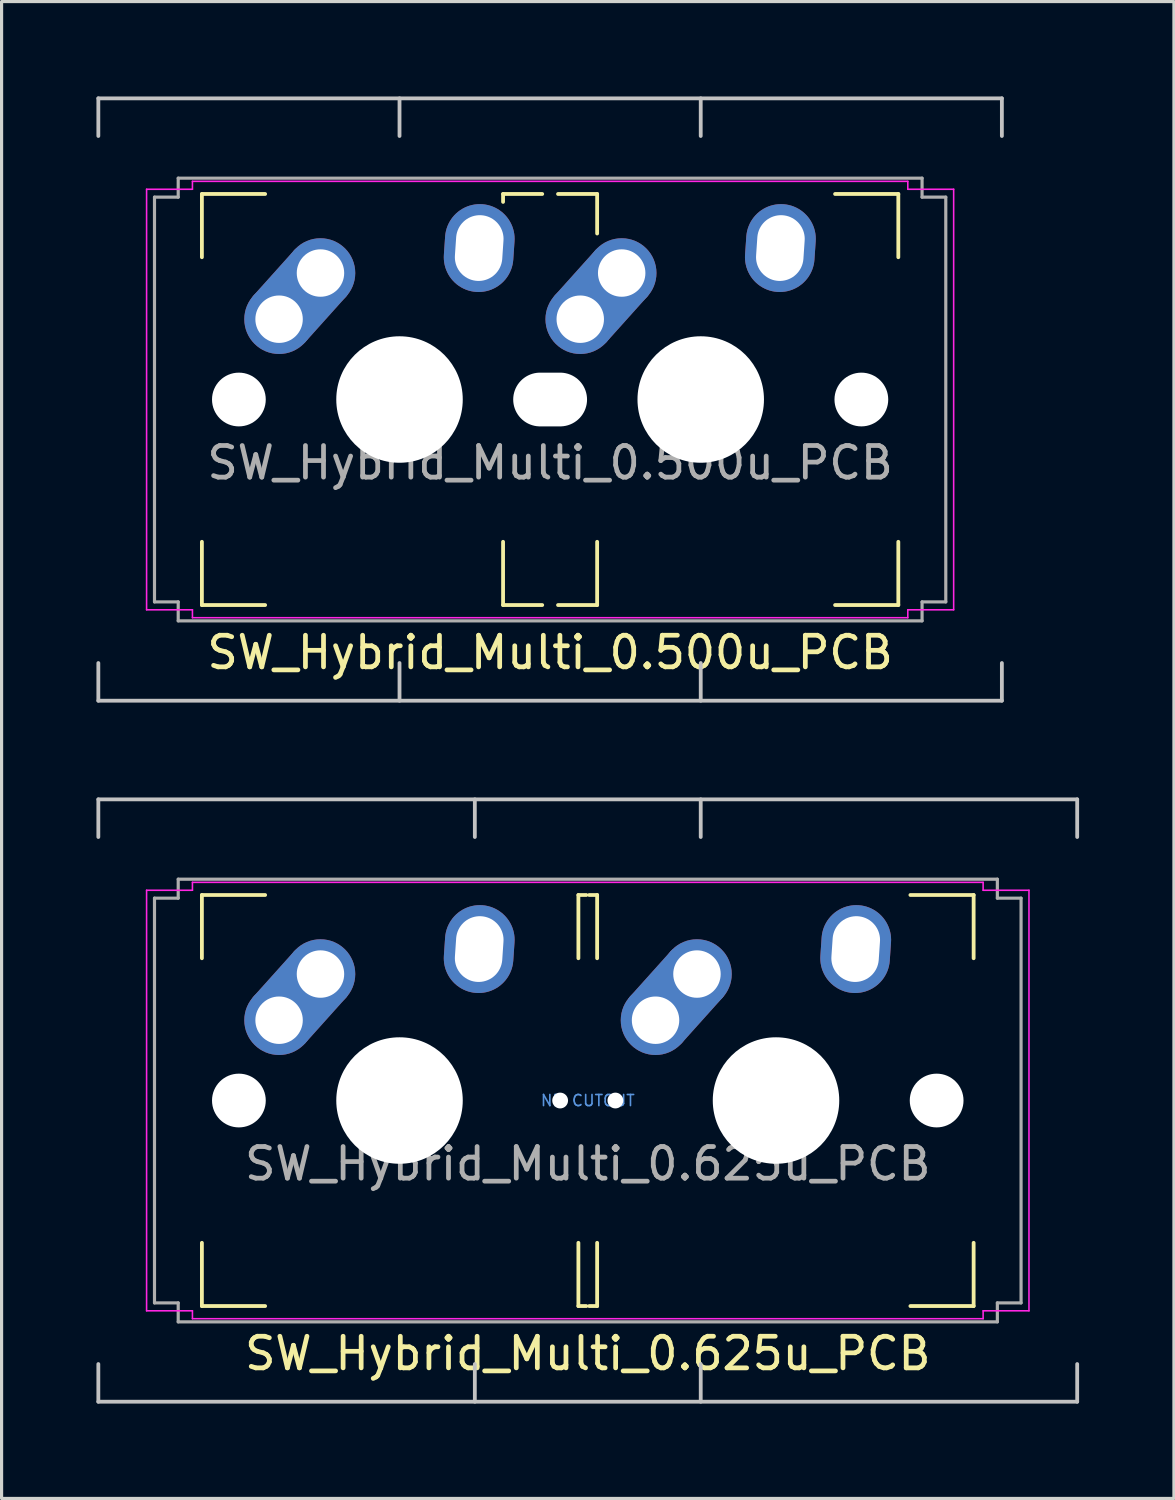
<source format=kicad_pcb>
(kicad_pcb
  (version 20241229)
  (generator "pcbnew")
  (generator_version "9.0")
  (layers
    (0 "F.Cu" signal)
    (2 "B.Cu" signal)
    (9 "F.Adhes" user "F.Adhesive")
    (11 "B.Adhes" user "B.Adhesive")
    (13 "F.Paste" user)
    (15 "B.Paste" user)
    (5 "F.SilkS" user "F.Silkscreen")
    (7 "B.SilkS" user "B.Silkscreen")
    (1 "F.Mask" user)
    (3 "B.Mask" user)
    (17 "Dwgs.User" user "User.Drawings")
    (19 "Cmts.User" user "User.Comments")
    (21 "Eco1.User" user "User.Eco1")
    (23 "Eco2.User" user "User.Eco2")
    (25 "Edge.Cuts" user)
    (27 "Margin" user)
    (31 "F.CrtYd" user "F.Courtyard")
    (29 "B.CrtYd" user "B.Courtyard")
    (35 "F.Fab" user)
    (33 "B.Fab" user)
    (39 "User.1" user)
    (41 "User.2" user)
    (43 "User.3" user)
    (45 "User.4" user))
  (footprint "SW_Hybrid_Multi_0.500u_PCB"
    (layer "F.Cu")
    (at 14.348 9.585)
    (property "Reference" "SW_Hybrid_Multi_0.500u_PCB" (at 0 8 0) (layer "F.SilkS") (effects (font (size 1 1) (thickness 0.15))))
    (attr through_hole)
    (fp_line (start -11.013 -6.5) (end -9.013 -6.5) (stroke (width 0.12) (type solid)) (layer "F.SilkS"))
    (fp_line (start -11.013 -4.5) (end -11.013 -6.5) (stroke (width 0.12) (type solid)) (layer "F.SilkS"))
    (fp_line (start -11.013 6.5) (end -11.013 4.5) (stroke (width 0.12) (type solid)) (layer "F.SilkS"))
    (fp_line (start -11.013 6.5) (end -9.013 6.5) (stroke (width 0.12) (type solid)) (layer "F.SilkS"))
    (fp_line (start -1.488 -6.5) (end -0.25 -6.5) (stroke (width 0.12) (type solid)) (layer "F.SilkS"))
    (fp_line (start -1.488 -6.25) (end -1.488 -6.5) (stroke (width 0.12) (type solid)) (layer "F.SilkS"))
    (fp_line (start -1.488 6.5) (end -1.488 4.5) (stroke (width 0.12) (type solid)) (layer "F.SilkS"))
    (fp_line (start -1.488 6.5) (end -0.25 6.5) (stroke (width 0.12) (type solid)) (layer "F.SilkS"))
    (fp_line (start 0.25 -6.5) (end 1.487 -6.5) (stroke (width 0.12) (type solid)) (layer "F.SilkS"))
    (fp_line (start 0.25 6.5) (end 1.487 6.5) (stroke (width 0.12) (type solid)) (layer "F.SilkS"))
    (fp_line (start 1.487 -5.25) (end 1.487 -6.5) (stroke (width 0.12) (type solid)) (layer "F.SilkS"))
    (fp_line (start 1.487 6.5) (end 1.487 4.5) (stroke (width 0.12) (type solid)) (layer "F.SilkS"))
    (fp_line (start 9.012 -6.5) (end 11.012 -6.5) (stroke (width 0.12) (type solid)) (layer "F.SilkS"))
    (fp_line (start 9.012 6.5) (end 11.012 6.5) (stroke (width 0.12) (type solid)) (layer "F.SilkS"))
    (fp_line (start 11.012 -4.5) (end 11.012 -6.5) (stroke (width 0.12) (type solid)) (layer "F.SilkS"))
    (fp_line (start 11.012 6.5) (end 11.012 4.5) (stroke (width 0.12) (type solid)) (layer "F.SilkS"))
    (fp_line (start -14.288 -9.525) (end 14.287 -9.525) (stroke (width 0.12) (type solid)) (layer "Dwgs.User"))
    (fp_line (start -14.288 -8.334) (end -14.288 -9.525) (stroke (width 0.12) (type solid)) (layer "Dwgs.User"))
    (fp_line (start -14.288 9.525) (end -14.288 8.334) (stroke (width 0.12) (type solid)) (layer "Dwgs.User"))
    (fp_line (start -4.763 -9.525) (end -4.763 -8.334) (stroke (width 0.12) (type solid)) (layer "Dwgs.User"))
    (fp_line (start -4.763 9.525) (end -4.763 8.334) (stroke (width 0.12) (type solid)) (layer "Dwgs.User"))
    (fp_line (start 4.763 -9.525) (end 4.763 -8.334) (stroke (width 0.12) (type solid)) (layer "Dwgs.User"))
    (fp_line (start 4.763 9.525) (end 4.763 8.334) (stroke (width 0.12) (type solid)) (layer "Dwgs.User"))
    (fp_line (start 14.287 -9.525) (end 14.287 -8.334) (stroke (width 0.12) (type solid)) (layer "Dwgs.User"))
    (fp_line (start 14.287 9.525) (end -14.288 9.525) (stroke (width 0.12) (type solid)) (layer "Dwgs.User"))
    (fp_line (start 14.287 9.525) (end 14.287 8.334) (stroke (width 0.12) (type solid)) (layer "Dwgs.User"))
    (fp_line (start -12.762 -6.65) (end -11.312 -6.65) (stroke (width 0.05) (type solid)) (layer "F.CrtYd"))
    (fp_line (start -12.762 6.65) (end -12.762 -6.65) (stroke (width 0.05) (type solid)) (layer "F.CrtYd"))
    (fp_line (start -11.312 -6.9) (end 11.312 -6.9) (stroke (width 0.05) (type solid)) (layer "F.CrtYd"))
    (fp_line (start -11.312 -6.65) (end -11.312 -6.9) (stroke (width 0.05) (type solid)) (layer "F.CrtYd"))
    (fp_line (start -11.312 6.65) (end -12.762 6.65) (stroke (width 0.05) (type solid)) (layer "F.CrtYd"))
    (fp_line (start -11.312 6.9) (end -11.312 6.65) (stroke (width 0.05) (type solid)) (layer "F.CrtYd"))
    (fp_line (start 11.312 -6.9) (end 11.312 -6.65) (stroke (width 0.05) (type solid)) (layer "F.CrtYd"))
    (fp_line (start 11.312 -6.65) (end 12.762 -6.65) (stroke (width 0.05) (type solid)) (layer "F.CrtYd"))
    (fp_line (start 11.312 6.65) (end 11.312 6.9) (stroke (width 0.05) (type solid)) (layer "F.CrtYd"))
    (fp_line (start 11.312 6.9) (end -11.312 6.9) (stroke (width 0.05) (type solid)) (layer "F.CrtYd"))
    (fp_line (start 12.762 -6.65) (end 12.762 6.65) (stroke (width 0.05) (type solid)) (layer "F.CrtYd"))
    (fp_line (start 12.762 6.65) (end 11.312 6.65) (stroke (width 0.05) (type solid)) (layer "F.CrtYd"))
    (fp_line (start -12.512 -6.4) (end -11.762 -6.4) (stroke (width 0.1) (type solid)) (layer "F.Fab"))
    (fp_line (start -12.512 6.4) (end -12.512 -6.4) (stroke (width 0.1) (type solid)) (layer "F.Fab"))
    (fp_line (start -11.762 -7) (end 11.763 -7) (stroke (width 0.1) (type solid)) (layer "F.Fab"))
    (fp_line (start -11.762 -6.4) (end -11.762 -7) (stroke (width 0.1) (type solid)) (layer "F.Fab"))
    (fp_line (start -11.762 6.4) (end -12.512 6.4) (stroke (width 0.1) (type solid)) (layer "F.Fab"))
    (fp_line (start -11.762 7) (end -11.762 6.4) (stroke (width 0.1) (type solid)) (layer "F.Fab"))
    (fp_line (start 11.763 -7) (end 11.763 -6.4) (stroke (width 0.1) (type solid)) (layer "F.Fab"))
    (fp_line (start 11.763 -6.4) (end 12.513 -6.4) (stroke (width 0.1) (type solid)) (layer "F.Fab"))
    (fp_line (start 11.763 6.4) (end 11.763 7) (stroke (width 0.1) (type solid)) (layer "F.Fab"))
    (fp_line (start 11.763 7) (end -11.762 7) (stroke (width 0.1) (type solid)) (layer "F.Fab"))
    (fp_line (start 12.513 -6.4) (end 12.513 6.4) (stroke (width 0.1) (type solid)) (layer "F.Fab"))
    (fp_line (start 12.513 6.4) (end 11.763 6.4) (stroke (width 0.1) (type solid)) (layer "F.Fab"))
    (fp_text user "${REFERENCE}" (at 0 2 0) (layer "F.Fab") (effects (font (size 1 1) (thickness 0.15))))
    (pad "" np_thru_hole circle (at -9.843 0) (size 1.7 1.7) (drill 1.7) (layers "*.Cu" "*.Mask"))
    (pad "" np_thru_hole circle (at -4.763 0) (size 4 4) (drill 4) (layers "*.Cu" "*.Mask"))
    (pad "" np_thru_hole oval (at 0 0) (size 2.335 1.7) (drill oval 2.335 1.7) (layers "*.Cu" "*.Mask"))
    (pad "" np_thru_hole circle (at 4.763 0) (size 4 4) (drill 4) (layers "*.Cu" "*.Mask"))
    (pad "" np_thru_hole circle (at 9.843 0) (size 1.7 1.7) (drill 1.7) (layers "*.Cu" "*.Mask"))
    (pad "1" thru_hole oval (at -2.243 -4.79 86.1) (size 2.781 2.2) (drill oval 2.081 1.5) (layers "*.Cu" "*.Mask"))
    (pad "1" thru_hole oval (at 7.282 -4.79 86.1) (size 2.781 2.2) (drill oval 2.081 1.5) (layers "*.Cu" "*.Mask"))
    (pad "2" thru_hole circle (at -8.572 -2.54) (size 2.2 2.2) (drill 1.5) (layers "*.Cu" "*.Mask"))
    (pad "2" smd roundrect (at -7.918 -3.27 48.1) (size 2.402 2.2) (layers "F.Cu" "F.Mask") (roundrect_rratio 0.1))
    (pad "2" smd roundrect (at -7.918 -3.27 48.1) (size 2.402 2.2) (layers "B.Cu" "B.Mask") (roundrect_rratio 0.1))
    (pad "2" thru_hole circle (at -7.263 -4) (size 2.2 2.2) (drill 1.5) (layers "*.Cu" "*.Mask"))
    (pad "2" thru_hole circle (at 0.953 -2.54) (size 2.2 2.2) (drill 1.5) (layers "*.Cu" "*.Mask"))
    (pad "2" smd roundrect (at 1.607 -3.27 48.1) (size 2.402 2.2) (layers "F.Cu" "F.Mask") (roundrect_rratio 0.1))
    (pad "2" smd roundrect (at 1.607 -3.27 48.1) (size 2.402 2.2) (layers "B.Cu" "B.Mask") (roundrect_rratio 0.1))
    (pad "2" thru_hole circle (at 2.263 -4) (size 2.2 2.2) (drill 1.5) (layers "*.Cu" "*.Mask")))
  (footprint "SW_Hybrid_Multi_0.625u_PCB"
    (layer "F.Cu")
    (at 14.348 31.755)
    (property "Reference" "SW_Hybrid_Multi_0.625u_PCB" (at 1.191 8 0) (layer "F.SilkS") (effects (font (size 1 1) (thickness 0.15))))
    (attr through_hole)
    (fp_line (start 0.918 -0.601) (end 1.191 -0.329) (stroke (width 0.2) (type solid)) (layer "F.Mask"))
    (fp_line (start 0.918 0.601) (end 1.191 0.329) (stroke (width 0.2) (type solid)) (layer "F.Mask"))
    (fp_line (start 1.463 -0.601) (end 1.191 -0.329) (stroke (width 0.2) (type solid)) (layer "F.Mask"))
    (fp_line (start 1.463 0.601) (end 1.191 0.329) (stroke (width 0.2) (type solid)) (layer "F.Mask"))
    (fp_arc (start 0.918482 0.601042) (mid 1.19059 0.488331) (end 1.462698 0.601042) (stroke (width 0.2) (type solid)) (layer "F.Mask"))
    (fp_arc (start 1.462698 -0.601042) (mid 1.19059 -0.488331) (end 0.918482 -0.601042) (stroke (width 0.2) (type solid)) (layer "F.Mask"))
    (fp_line (start 0.918 0.601) (end 1.191 0.329) (stroke (width 0.2) (type solid)) (layer "B.Mask"))
    (fp_line (start 0.918 -0.601) (end 1.191 -0.329) (stroke (width 0.2) (type solid)) (layer "B.Mask"))
    (fp_line (start 1.463 0.601) (end 1.191 0.329) (stroke (width 0.2) (type solid)) (layer "B.Mask"))
    (fp_line (start 1.463 -0.601) (end 1.191 -0.329) (stroke (width 0.2) (type solid)) (layer "B.Mask"))
    (fp_arc (start 0.918482 0.601042) (mid 1.19059 0.488331) (end 1.462698 0.601042) (stroke (width 0.2) (type solid)) (layer "B.Mask"))
    (fp_arc (start 1.462698 -0.601042) (mid 1.19059 -0.488331) (end 0.918482 -0.601042) (stroke (width 0.2) (type solid)) (layer "B.Mask"))
    (fp_line (start -11.013 -6.5) (end -9.013 -6.5) (stroke (width 0.12) (type solid)) (layer "F.SilkS"))
    (fp_line (start -11.013 -4.5) (end -11.013 -6.5) (stroke (width 0.12) (type solid)) (layer "F.SilkS"))
    (fp_line (start -11.013 6.5) (end -11.013 4.5) (stroke (width 0.12) (type solid)) (layer "F.SilkS"))
    (fp_line (start -11.013 6.5) (end -9.013 6.5) (stroke (width 0.12) (type solid)) (layer "F.SilkS"))
    (fp_line (start 0.894 -6.5) (end 1.144 -6.5) (stroke (width 0.12) (type solid)) (layer "F.SilkS"))
    (fp_line (start 0.894 -4.5) (end 0.894 -6.5) (stroke (width 0.12) (type solid)) (layer "F.SilkS"))
    (fp_line (start 0.894 6.5) (end 0.894 4.5) (stroke (width 0.12) (type solid)) (layer "F.SilkS"))
    (fp_line (start 0.894 6.5) (end 1.144 6.5) (stroke (width 0.12) (type solid)) (layer "F.SilkS"))
    (fp_line (start 1.237 -6.5) (end 1.487 -6.5) (stroke (width 0.12) (type solid)) (layer "F.SilkS"))
    (fp_line (start 1.237 6.5) (end 1.487 6.5) (stroke (width 0.12) (type solid)) (layer "F.SilkS"))
    (fp_line (start 1.487 -4.5) (end 1.487 -6.5) (stroke (width 0.12) (type solid)) (layer "F.SilkS"))
    (fp_line (start 1.487 6.5) (end 1.487 4.5) (stroke (width 0.12) (type solid)) (layer "F.SilkS"))
    (fp_line (start 11.394 -6.5) (end 13.394 -6.5) (stroke (width 0.12) (type solid)) (layer "F.SilkS"))
    (fp_line (start 11.394 6.5) (end 13.394 6.5) (stroke (width 0.12) (type solid)) (layer "F.SilkS"))
    (fp_line (start 13.394 -4.5) (end 13.394 -6.5) (stroke (width 0.12) (type solid)) (layer "F.SilkS"))
    (fp_line (start 13.394 6.5) (end 13.394 4.5) (stroke (width 0.12) (type solid)) (layer "F.SilkS"))
    (fp_line (start -14.288 -9.525) (end 16.669 -9.525) (stroke (width 0.12) (type solid)) (layer "Dwgs.User"))
    (fp_line (start -14.288 -8.334) (end -14.288 -9.525) (stroke (width 0.12) (type solid)) (layer "Dwgs.User"))
    (fp_line (start -14.288 9.525) (end -14.288 8.334) (stroke (width 0.12) (type solid)) (layer "Dwgs.User"))
    (fp_line (start -2.381 -9.525) (end -2.381 -8.334) (stroke (width 0.12) (type solid)) (layer "Dwgs.User"))
    (fp_line (start -2.381 9.525) (end -2.381 8.334) (stroke (width 0.12) (type solid)) (layer "Dwgs.User"))
    (fp_line (start 4.763 -9.525) (end 4.763 -8.334) (stroke (width 0.12) (type solid)) (layer "Dwgs.User"))
    (fp_line (start 4.763 9.525) (end 4.763 8.334) (stroke (width 0.12) (type solid)) (layer "Dwgs.User"))
    (fp_line (start 16.669 -9.525) (end 16.669 -8.334) (stroke (width 0.12) (type solid)) (layer "Dwgs.User"))
    (fp_line (start 16.669 9.525) (end -14.288 9.525) (stroke (width 0.12) (type solid)) (layer "Dwgs.User"))
    (fp_line (start 16.669 9.525) (end 16.669 8.334) (stroke (width 0.12) (type solid)) (layer "Dwgs.User"))
    (fp_arc (start 0.918481 0.601041) (mid -0.53256 0) (end 0.918481 -0.601041) (stroke (width 0.05) (type solid)) (layer "Eco1.User"))
    (fp_arc (start 0.918482 0.601042) (mid 1.19059 0.488331) (end 1.462698 0.601042) (stroke (width 0.05) (type solid)) (layer "Eco1.User"))
    (fp_arc (start 1.462698 -0.601042) (mid 1.19059 -0.488331) (end 0.918482 -0.601042) (stroke (width 0.05) (type solid)) (layer "Eco1.User"))
    (fp_arc (start 1.462699 -0.601041) (mid 2.91374 0) (end 1.462699 0.601041) (stroke (width 0.05) (type solid)) (layer "Eco1.User"))
    (fp_line (start -12.762 -6.65) (end -11.312 -6.65) (stroke (width 0.05) (type solid)) (layer "F.CrtYd"))
    (fp_line (start -12.762 6.65) (end -12.762 -6.65) (stroke (width 0.05) (type solid)) (layer "F.CrtYd"))
    (fp_line (start -11.312 -6.9) (end 13.694 -6.9) (stroke (width 0.05) (type solid)) (layer "F.CrtYd"))
    (fp_line (start -11.312 -6.65) (end -11.312 -6.9) (stroke (width 0.05) (type solid)) (layer "F.CrtYd"))
    (fp_line (start -11.312 6.65) (end -12.762 6.65) (stroke (width 0.05) (type solid)) (layer "F.CrtYd"))
    (fp_line (start -11.312 6.9) (end -11.312 6.65) (stroke (width 0.05) (type solid)) (layer "F.CrtYd"))
    (fp_line (start 13.694 -6.9) (end 13.694 -6.65) (stroke (width 0.05) (type solid)) (layer "F.CrtYd"))
    (fp_line (start 13.694 -6.65) (end 15.144 -6.65) (stroke (width 0.05) (type solid)) (layer "F.CrtYd"))
    (fp_line (start 13.694 6.65) (end 13.694 6.9) (stroke (width 0.05) (type solid)) (layer "F.CrtYd"))
    (fp_line (start 13.694 6.9) (end -11.312 6.9) (stroke (width 0.05) (type solid)) (layer "F.CrtYd"))
    (fp_line (start 15.144 -6.65) (end 15.144 6.65) (stroke (width 0.05) (type solid)) (layer "F.CrtYd"))
    (fp_line (start 15.144 6.65) (end 13.694 6.65) (stroke (width 0.05) (type solid)) (layer "F.CrtYd"))
    (fp_line (start -12.512 -6.4) (end -11.762 -6.4) (stroke (width 0.1) (type solid)) (layer "F.Fab"))
    (fp_line (start -12.512 6.4) (end -12.512 -6.4) (stroke (width 0.1) (type solid)) (layer "F.Fab"))
    (fp_line (start -11.762 -7) (end 14.144 -7) (stroke (width 0.1) (type solid)) (layer "F.Fab"))
    (fp_line (start -11.762 -6.4) (end -11.762 -7) (stroke (width 0.1) (type solid)) (layer "F.Fab"))
    (fp_line (start -11.762 6.4) (end -12.512 6.4) (stroke (width 0.1) (type solid)) (layer "F.Fab"))
    (fp_line (start -11.762 7) (end -11.762 6.4) (stroke (width 0.1) (type solid)) (layer "F.Fab"))
    (fp_line (start 14.144 -7) (end 14.144 -6.4) (stroke (width 0.1) (type solid)) (layer "F.Fab"))
    (fp_line (start 14.144 -6.4) (end 14.894 -6.4) (stroke (width 0.1) (type solid)) (layer "F.Fab"))
    (fp_line (start 14.144 6.4) (end 14.144 7) (stroke (width 0.1) (type solid)) (layer "F.Fab"))
    (fp_line (start 14.144 7) (end -11.762 7) (stroke (width 0.1) (type solid)) (layer "F.Fab"))
    (fp_line (start 14.894 -6.4) (end 14.894 6.4) (stroke (width 0.1) (type solid)) (layer "F.Fab"))
    (fp_line (start 14.894 6.4) (end 14.144 6.4) (stroke (width 0.1) (type solid)) (layer "F.Fab"))
    (fp_text user "NP CUTOUT" (at 1.191 0 0) (layer "Cmts.User") (effects (font (size 0.35 0.35) (thickness 0.052))))
    (fp_text user "${REFERENCE}" (at 1.191 2 0) (layer "F.Fab") (effects (font (size 1 1) (thickness 0.15))))
    (pad "" np_thru_hole circle (at -9.843 0) (size 1.7 1.7) (drill 1.7) (layers "*.Cu" "*.Mask"))
    (pad "" np_thru_hole circle (at -4.763 0) (size 4 4) (drill 4) (layers "*.Cu" "*.Mask"))
    (pad "" np_thru_hole circle (at 0.317 0) (size 0.5 0.5) (drill 0.5) (layers "*.Cu" "*.Mask"))
    (pad "" np_thru_hole circle (at 2.064 0) (size 0.5 0.5) (drill 0.5) (layers "*.Cu" "*.Mask"))
    (pad "" np_thru_hole circle (at 7.144 0) (size 4 4) (drill 4) (layers "*.Cu" "*.Mask"))
    (pad "" np_thru_hole circle (at 12.224 0) (size 1.7 1.7) (drill 1.7) (layers "*.Cu" "*.Mask"))
    (pad "1" thru_hole oval (at -2.243 -4.79 86.1) (size 2.781 2.2) (drill oval 2.081 1.5) (layers "*.Cu" "*.Mask"))
    (pad "1" thru_hole oval (at 9.664 -4.79 86.1) (size 2.781 2.2) (drill oval 2.081 1.5) (layers "*.Cu" "*.Mask"))
    (pad "2" thru_hole circle (at -8.572 -2.54) (size 2.2 2.2) (drill 1.5) (layers "*.Cu" "*.Mask"))
    (pad "2" smd roundrect (at -7.918 -3.27 48.1) (size 2.402 2.2) (layers "F.Cu" "F.Mask") (roundrect_rratio 0.1))
    (pad "2" smd roundrect (at -7.918 -3.27 48.1) (size 2.402 2.2) (layers "B.Cu" "B.Mask") (roundrect_rratio 0.1))
    (pad "2" thru_hole circle (at -7.263 -4) (size 2.2 2.2) (drill 1.5) (layers "*.Cu" "*.Mask"))
    (pad "2" thru_hole circle (at 3.334 -2.54) (size 2.2 2.2) (drill 1.5) (layers "*.Cu" "*.Mask"))
    (pad "2" smd roundrect (at 3.989 -3.27 48.1) (size 2.402 2.2) (layers "F.Cu" "F.Mask") (roundrect_rratio 0.1))
    (pad "2" smd roundrect (at 3.989 -3.27 48.1) (size 2.402 2.2) (layers "B.Cu" "B.Mask") (roundrect_rratio 0.1))
    (pad "2" thru_hole circle (at 4.644 -4) (size 2.2 2.2) (drill 1.5) (layers "*.Cu" "*.Mask")))
  (gr_rect
    (start -3 -3)
    (end 34.076 44.34)
    (stroke (width 0.1) (type default))
    (fill no)
    (layer "Edge.Cuts")))
</source>
